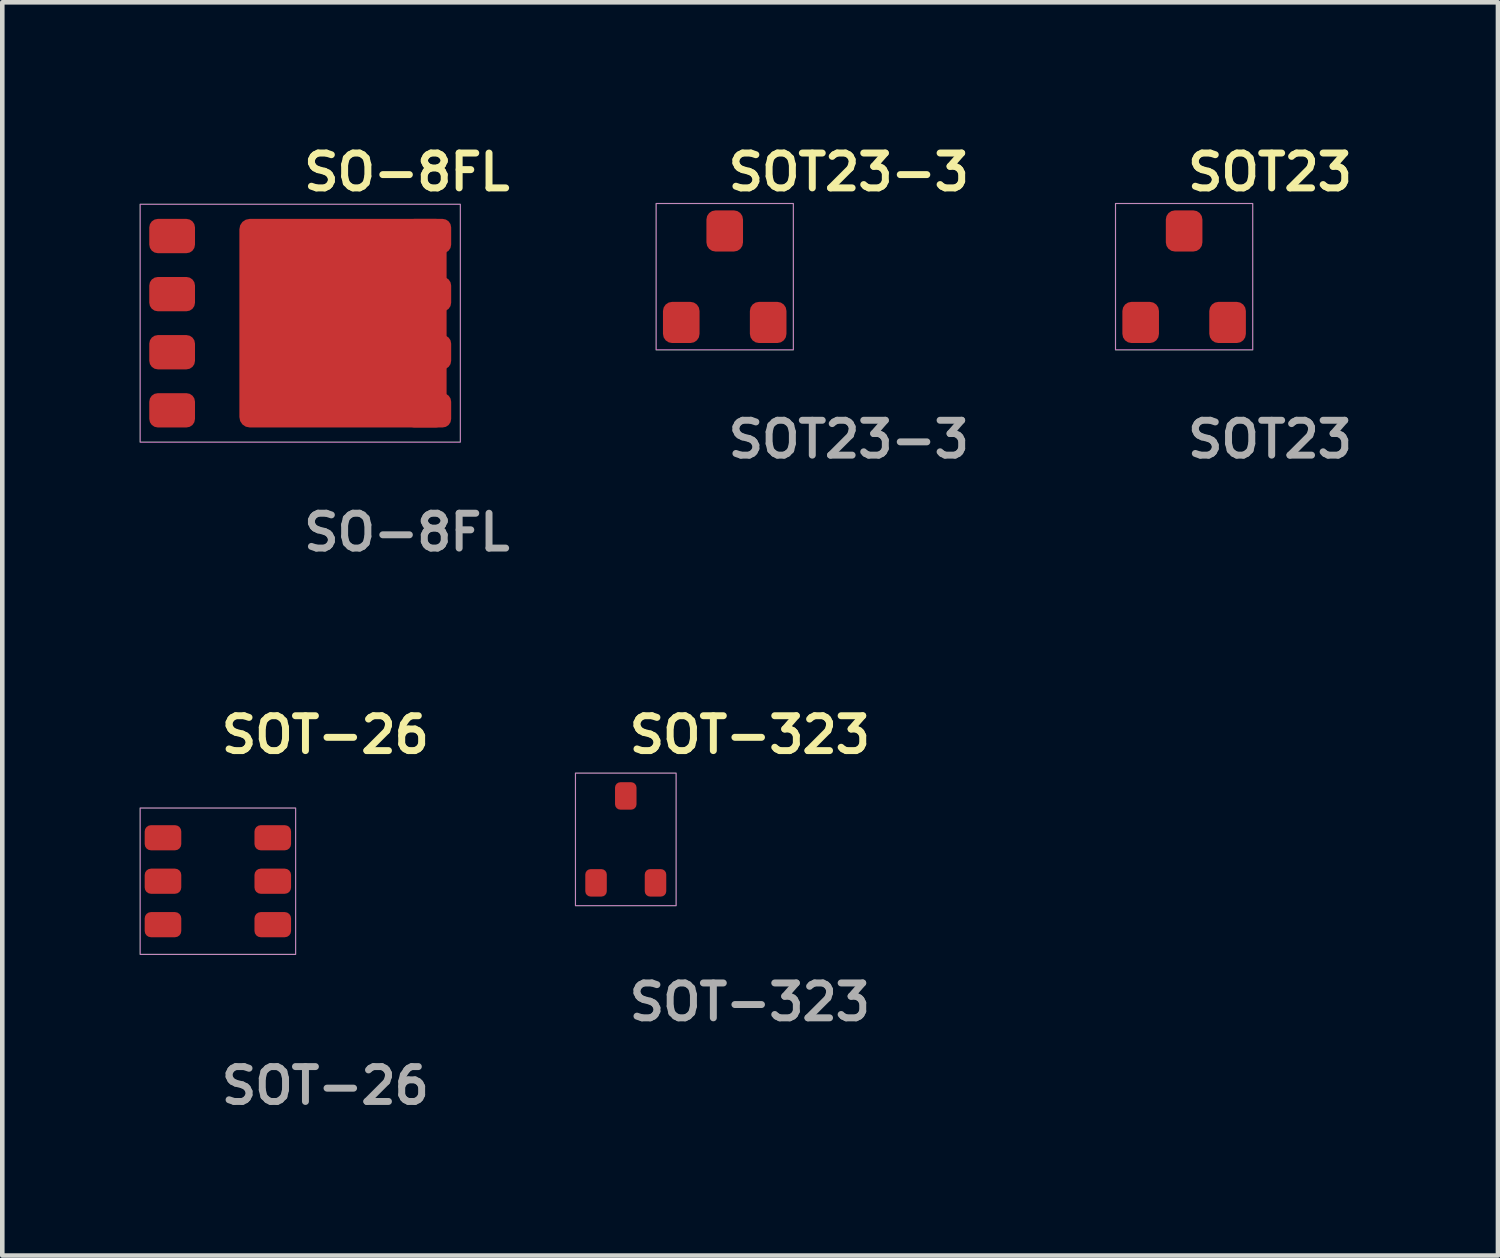
<source format=kicad_pcb>
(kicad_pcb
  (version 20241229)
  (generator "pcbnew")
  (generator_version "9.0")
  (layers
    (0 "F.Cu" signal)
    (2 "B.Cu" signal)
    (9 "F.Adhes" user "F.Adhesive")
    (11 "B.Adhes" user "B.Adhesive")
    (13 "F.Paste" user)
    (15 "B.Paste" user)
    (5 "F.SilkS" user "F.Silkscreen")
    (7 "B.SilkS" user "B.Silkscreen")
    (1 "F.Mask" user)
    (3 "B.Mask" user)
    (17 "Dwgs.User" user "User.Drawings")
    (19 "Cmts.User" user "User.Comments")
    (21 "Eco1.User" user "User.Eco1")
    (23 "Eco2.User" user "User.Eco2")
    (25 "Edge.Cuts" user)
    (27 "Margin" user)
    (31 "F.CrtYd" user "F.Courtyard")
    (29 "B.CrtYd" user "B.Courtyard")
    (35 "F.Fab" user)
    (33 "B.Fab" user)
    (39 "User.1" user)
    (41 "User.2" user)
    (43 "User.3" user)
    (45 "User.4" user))
  (footprint "SOT23-3"
    (layer "F.Cu")
    (at 12.793 2.999)
    (property "Reference" "SOT23-3" (at 0 -2.286 0) (unlocked yes) (layer "F.SilkS") (effects (font (size 0.762 0.762) (thickness 0.152)) (justify left)))
    (fp_rect (start -1.5 -1.6) (end 1.5 1.6) (stroke (width 0.006) (type solid)) (fill no) (layer "F.CrtYd"))
    (fp_rect (start -1.5 -1.6) (end 1.5 1.6) (stroke (width 0.025) (type default)) (fill no) (layer "F.Fab"))
    (fp_text user "${REFERENCE}" (at 0 3.556 0) (unlocked yes) (layer "F.Fab") (effects (font (size 0.762 0.762) (thickness 0.152)) (justify left)))
    (pad "1" smd roundrect (at -0.95 1) (size 0.8 0.9) (layers "F.Cu" "F.Mask" "F.Paste") (roundrect_rratio 0.25))
    (pad "2" smd roundrect (at 0.95 1) (size 0.8 0.9) (layers "F.Cu" "F.Mask" "F.Paste") (roundrect_rratio 0.25))
    (pad "3" smd roundrect (at 0 -1) (size 0.8 0.9) (layers "F.Cu" "F.Mask" "F.Paste") (roundrect_rratio 0.25)))
  (footprint "SOT-323"
    (layer "F.Cu")
    (at 10.63 15.3)
    (property "Reference" "SOT-323" (at 0 -2.286 0) (unlocked yes) (layer "F.SilkS") (effects (font (size 0.762 0.762) (thickness 0.152)) (justify left)))
    (fp_rect (start -1.1 -1.45) (end 1.1 1.45) (stroke (width 0.006) (type solid)) (fill no) (layer "F.CrtYd"))
    (fp_rect (start -1.1 -1.45) (end 1.1 1.45) (stroke (width 0.025) (type default)) (fill no) (layer "F.Fab"))
    (fp_text user "${REFERENCE}" (at 0 3.556 0) (unlocked yes) (layer "F.Fab") (effects (font (size 0.762 0.762) (thickness 0.152)) (justify left)))
    (pad "1" smd roundrect (at -0.65 0.95) (size 0.47 0.6) (layers "F.Cu" "F.Mask" "F.Paste") (roundrect_rratio 0.25))
    (pad "2" smd roundrect (at 0.65 0.95) (size 0.47 0.6) (layers "F.Cu" "F.Mask" "F.Paste") (roundrect_rratio 0.25))
    (pad "3" smd roundrect (at 0 -0.95) (size 0.47 0.6) (layers "F.Cu" "F.Mask" "F.Paste") (roundrect_rratio 0.25)))
  (footprint "SOT23"
    (layer "F.Cu")
    (at 22.836 2.999)
    (property "Reference" "SOT23" (at 0 -2.286 0) (unlocked yes) (layer "F.SilkS") (effects (font (size 0.762 0.762) (thickness 0.152)) (justify left)))
    (fp_rect (start -1.5 -1.6) (end 1.5 1.6) (stroke (width 0.006) (type solid)) (fill no) (layer "F.CrtYd"))
    (fp_rect (start -1.5 -1.6) (end 1.5 1.6) (stroke (width 0.025) (type default)) (fill no) (layer "F.Fab"))
    (fp_text user "${REFERENCE}" (at 0 3.556 0) (unlocked yes) (layer "F.Fab") (effects (font (size 0.762 0.762) (thickness 0.152)) (justify left)))
    (pad "1" smd roundrect (at -0.95 1) (size 0.8 0.9) (layers "F.Cu" "F.Mask" "F.Paste") (roundrect_rratio 0.25))
    (pad "2" smd roundrect (at 0.95 1) (size 0.8 0.9) (layers "F.Cu" "F.Mask" "F.Paste") (roundrect_rratio 0.25))
    (pad "3" smd roundrect (at 0 -1) (size 0.8 0.9) (layers "F.Cu" "F.Mask" "F.Paste") (roundrect_rratio 0.25)))
  (footprint "SOT-26"
    (layer "F.Cu")
    (at 1.713 16.214)
    (property "Reference" "SOT-26" (at 0 -3.2 0) (unlocked yes) (layer "F.SilkS") (effects (font (size 0.762 0.762) (thickness 0.152)) (justify left)))
    (fp_rect (start -1.7 -1.6) (end 1.7 1.6) (stroke (width 0.006) (type solid)) (fill no) (layer "F.CrtYd"))
    (fp_rect (start -1.7 -1.6) (end 1.7 1.6) (stroke (width 0.025) (type default)) (fill no) (layer "F.Fab"))
    (fp_text user "${REFERENCE}" (at 0 4.47 0) (unlocked yes) (layer "F.Fab") (effects (font (size 0.762 0.762) (thickness 0.152)) (justify left)))
    (pad "1" smd roundrect (at -1.2 -0.95) (size 0.8 0.55) (layers "F.Cu" "F.Mask" "F.Paste") (roundrect_rratio 0.25))
    (pad "2" smd roundrect (at -1.2 0) (size 0.8 0.55) (layers "F.Cu" "F.Mask" "F.Paste") (roundrect_rratio 0.25))
    (pad "3" smd roundrect (at -1.2 0.95) (size 0.8 0.55) (layers "F.Cu" "F.Mask" "F.Paste") (roundrect_rratio 0.25))
    (pad "4" smd roundrect (at 1.2 0.95) (size 0.8 0.55) (layers "F.Cu" "F.Mask" "F.Paste") (roundrect_rratio 0.25))
    (pad "5" smd roundrect (at 1.2 0) (size 0.8 0.55) (layers "F.Cu" "F.Mask" "F.Paste") (roundrect_rratio 0.25))
    (pad "6" smd roundrect (at 1.2 -0.95) (size 0.8 0.55) (layers "F.Cu" "F.Mask" "F.Paste") (roundrect_rratio 0.25)))
  (footprint "SO-8FL"
    (layer "F.Cu")
    (at 3.513 4.015)
    (property "Reference" "SO-8FL" (at 0 -3.302 0) (unlocked yes) (layer "F.SilkS") (effects (font (size 0.762 0.762) (thickness 0.152)) (justify left)))
    (fp_rect (start -3.5 -2.6) (end 3.5 2.6) (stroke (width 0.006) (type solid)) (fill no) (layer "F.CrtYd"))
    (fp_rect (start -3.5 -2.6) (end 3.5 2.6) (stroke (width 0.025) (type default)) (fill no) (layer "F.Fab"))
    (fp_text user "${REFERENCE}" (at 0 4.572 0) (unlocked yes) (layer "F.Fab") (effects (font (size 0.762 0.762) (thickness 0.152)) (justify left)))
    (pad "1" smd roundrect (at -2.8 -1.905) (size 1 0.75) (layers "F.Cu" "F.Mask" "F.Paste") (roundrect_rratio 0.25))
    (pad "2" smd roundrect (at -2.8 -0.635) (size 1 0.75) (layers "F.Cu" "F.Mask" "F.Paste") (roundrect_rratio 0.25))
    (pad "3" smd roundrect (at -2.8 0.635) (size 1 0.75) (layers "F.Cu" "F.Mask" "F.Paste") (roundrect_rratio 0.25))
    (pad "4" smd roundrect (at -2.8 1.905) (size 1 0.75) (layers "F.Cu" "F.Mask" "F.Paste") (roundrect_rratio 0.25))
    (pad "5" smd roundrect (at 0.935 0) (size 4.53 4.56) (layers "F.Cu" "F.Mask" "F.Paste") (roundrect_rratio 0.05))
    (pad "5" smd roundrect (at 2.8 -1.905) (size 1 0.75) (layers "F.Cu" "F.Mask" "F.Paste") (roundrect_rratio 0.25))
    (pad "5" smd roundrect (at 2.8 -0.635) (size 1 0.75) (layers "F.Cu" "F.Mask" "F.Paste") (roundrect_rratio 0.25))
    (pad "5" smd roundrect (at 2.8 0.635) (size 1 0.75) (layers "F.Cu" "F.Mask" "F.Paste") (roundrect_rratio 0.25))
    (pad "5" smd roundrect (at 2.8 1.905) (size 1 0.75) (layers "F.Cu" "F.Mask" "F.Paste") (roundrect_rratio 0.25)))
  (gr_rect
    (start -3 -3)
    (end 29.697 24.397)
    (stroke (width 0.1) (type default))
    (fill no)
    (layer "Edge.Cuts")))
</source>
